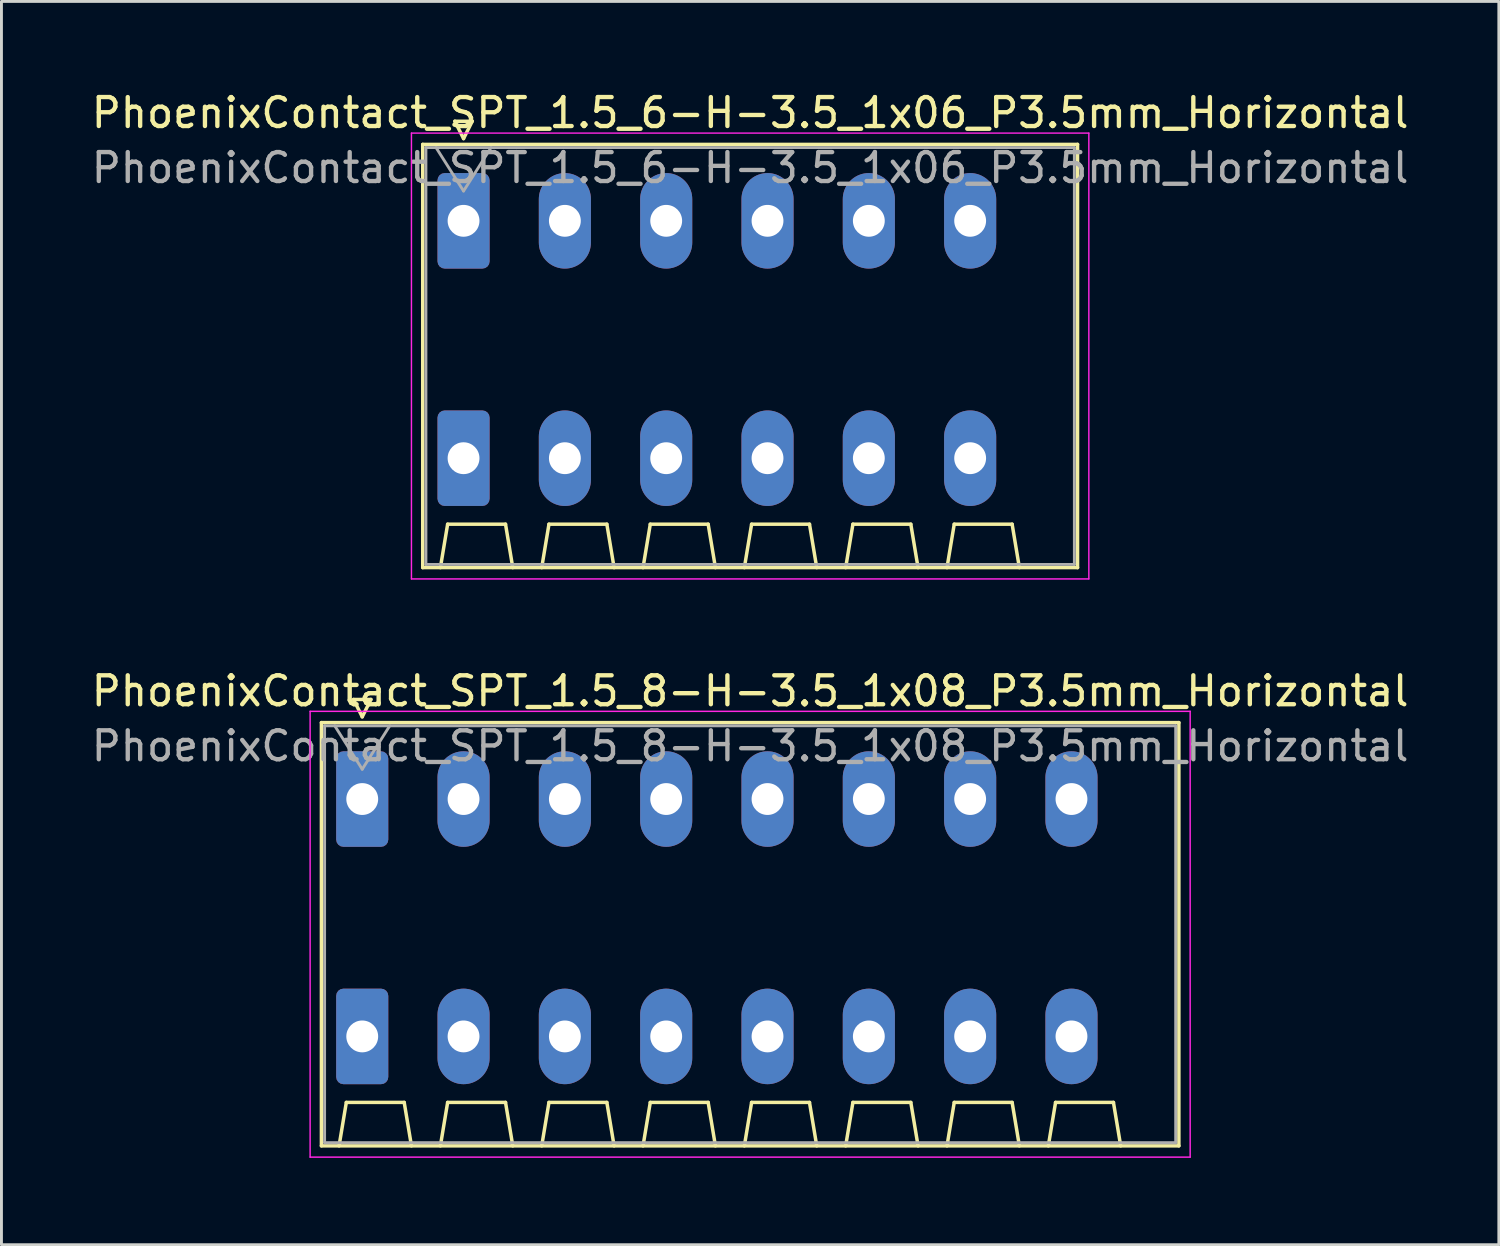
<source format=kicad_pcb>
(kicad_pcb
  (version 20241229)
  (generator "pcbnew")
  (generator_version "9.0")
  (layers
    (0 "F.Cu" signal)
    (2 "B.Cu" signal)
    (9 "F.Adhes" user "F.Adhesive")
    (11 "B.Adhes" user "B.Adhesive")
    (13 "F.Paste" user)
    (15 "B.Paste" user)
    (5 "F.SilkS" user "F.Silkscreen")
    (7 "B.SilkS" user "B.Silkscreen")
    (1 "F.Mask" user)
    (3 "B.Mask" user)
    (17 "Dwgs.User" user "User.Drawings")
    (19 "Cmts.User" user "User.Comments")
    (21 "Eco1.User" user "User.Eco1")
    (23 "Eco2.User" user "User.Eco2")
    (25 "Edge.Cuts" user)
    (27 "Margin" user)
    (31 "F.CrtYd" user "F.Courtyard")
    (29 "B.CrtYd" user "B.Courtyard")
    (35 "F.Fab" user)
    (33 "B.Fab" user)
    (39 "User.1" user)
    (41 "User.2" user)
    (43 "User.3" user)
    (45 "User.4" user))
  (footprint "PhoenixContact_SPT_1.5_8-H-3.5_1x08_P3.5mm_Horizontal"
    (layer "F.Cu")
    (at 9.463 24.552)
    (property "Reference" "PhoenixContact_SPT_1.5_8-H-3.5_1x08_P3.5mm_Horizontal" (at 13.4 -3.73 0) (layer "F.SilkS") (effects (font (size 1 1) (thickness 0.15))))
    (attr through_hole)
    (fp_line (start -1.41 -2.64) (end 28.21 -2.64) (stroke (width 0.12) (type solid)) (layer "F.SilkS"))
    (fp_line (start -1.41 11.98) (end -1.41 -2.64) (stroke (width 0.12) (type solid)) (layer "F.SilkS"))
    (fp_line (start -0.8 11.98) (end -0.55 10.48) (stroke (width 0.12) (type solid)) (layer "F.SilkS"))
    (fp_line (start -0.55 10.48) (end 1.45 10.48) (stroke (width 0.12) (type solid)) (layer "F.SilkS"))
    (fp_line (start -0.3 -3.44) (end 0 -2.84) (stroke (width 0.12) (type solid)) (layer "F.SilkS"))
    (fp_line (start -0.3 -3.44) (end 0.3 -3.44) (stroke (width 0.12) (type solid)) (layer "F.SilkS"))
    (fp_line (start 0.3 -3.44) (end 0 -2.84) (stroke (width 0.12) (type solid)) (layer "F.SilkS"))
    (fp_line (start 1.7 11.98) (end 1.45 10.48) (stroke (width 0.12) (type solid)) (layer "F.SilkS"))
    (fp_line (start 2.7 11.98) (end 2.95 10.48) (stroke (width 0.12) (type solid)) (layer "F.SilkS"))
    (fp_line (start 2.95 10.48) (end 4.95 10.48) (stroke (width 0.12) (type solid)) (layer "F.SilkS"))
    (fp_line (start 5.2 11.98) (end 4.95 10.48) (stroke (width 0.12) (type solid)) (layer "F.SilkS"))
    (fp_line (start 6.2 11.98) (end 6.45 10.48) (stroke (width 0.12) (type solid)) (layer "F.SilkS"))
    (fp_line (start 6.45 10.48) (end 8.45 10.48) (stroke (width 0.12) (type solid)) (layer "F.SilkS"))
    (fp_line (start 8.7 11.98) (end 8.45 10.48) (stroke (width 0.12) (type solid)) (layer "F.SilkS"))
    (fp_line (start 9.7 11.98) (end 9.95 10.48) (stroke (width 0.12) (type solid)) (layer "F.SilkS"))
    (fp_line (start 9.95 10.48) (end 11.95 10.48) (stroke (width 0.12) (type solid)) (layer "F.SilkS"))
    (fp_line (start 12.2 11.98) (end 11.95 10.48) (stroke (width 0.12) (type solid)) (layer "F.SilkS"))
    (fp_line (start 13.2 11.98) (end 13.45 10.48) (stroke (width 0.12) (type solid)) (layer "F.SilkS"))
    (fp_line (start 13.45 10.48) (end 15.45 10.48) (stroke (width 0.12) (type solid)) (layer "F.SilkS"))
    (fp_line (start 15.7 11.98) (end 15.45 10.48) (stroke (width 0.12) (type solid)) (layer "F.SilkS"))
    (fp_line (start 16.7 11.98) (end 16.95 10.48) (stroke (width 0.12) (type solid)) (layer "F.SilkS"))
    (fp_line (start 16.95 10.48) (end 18.95 10.48) (stroke (width 0.12) (type solid)) (layer "F.SilkS"))
    (fp_line (start 19.2 11.98) (end 18.95 10.48) (stroke (width 0.12) (type solid)) (layer "F.SilkS"))
    (fp_line (start 20.2 11.98) (end 20.45 10.48) (stroke (width 0.12) (type solid)) (layer "F.SilkS"))
    (fp_line (start 20.45 10.48) (end 22.45 10.48) (stroke (width 0.12) (type solid)) (layer "F.SilkS"))
    (fp_line (start 22.7 11.98) (end 22.45 10.48) (stroke (width 0.12) (type solid)) (layer "F.SilkS"))
    (fp_line (start 23.7 11.98) (end 23.95 10.48) (stroke (width 0.12) (type solid)) (layer "F.SilkS"))
    (fp_line (start 23.95 10.48) (end 25.95 10.48) (stroke (width 0.12) (type solid)) (layer "F.SilkS"))
    (fp_line (start 26.2 11.98) (end 25.95 10.48) (stroke (width 0.12) (type solid)) (layer "F.SilkS"))
    (fp_line (start 28.21 -2.64) (end 28.21 11.98) (stroke (width 0.12) (type solid)) (layer "F.SilkS"))
    (fp_line (start 28.21 11.98) (end -1.41 11.98) (stroke (width 0.12) (type solid)) (layer "F.SilkS"))
    (fp_line (start -1.8 -3.03) (end -1.8 12.37) (stroke (width 0.05) (type solid)) (layer "F.CrtYd"))
    (fp_line (start -1.8 12.37) (end 28.6 12.37) (stroke (width 0.05) (type solid)) (layer "F.CrtYd"))
    (fp_line (start 28.6 -3.03) (end -1.8 -3.03) (stroke (width 0.05) (type solid)) (layer "F.CrtYd"))
    (fp_line (start 28.6 12.37) (end 28.6 -3.03) (stroke (width 0.05) (type solid)) (layer "F.CrtYd"))
    (fp_line (start -1.3 -2.53) (end -1.3 11.87) (stroke (width 0.1) (type solid)) (layer "F.Fab"))
    (fp_line (start -1.3 11.87) (end 28.1 11.87) (stroke (width 0.1) (type solid)) (layer "F.Fab"))
    (fp_line (start -0.95 -2.53) (end 0 -1.03) (stroke (width 0.1) (type solid)) (layer "F.Fab"))
    (fp_line (start 0.95 -2.53) (end 0 -1.03) (stroke (width 0.1) (type solid)) (layer "F.Fab"))
    (fp_line (start 28.1 -2.53) (end -1.3 -2.53) (stroke (width 0.1) (type solid)) (layer "F.Fab"))
    (fp_line (start 28.1 11.87) (end 28.1 -2.53) (stroke (width 0.1) (type solid)) (layer "F.Fab"))
    (fp_text user "${REFERENCE}" (at 13.4 -1.83 0) (layer "F.Fab") (effects (font (size 1 1) (thickness 0.15))))
    (pad "1" thru_hole roundrect (at 0 0) (size 1.8 3.3) (drill 1.1) (layers "*.Cu" "*.Mask") (roundrect_rratio 0.139))
    (pad "1" thru_hole roundrect (at 0 8.2) (size 1.8 3.3) (drill 1.1) (layers "*.Cu" "*.Mask") (roundrect_rratio 0.139))
    (pad "2" thru_hole oval (at 3.5 0) (size 1.8 3.3) (drill 1.1) (layers "*.Cu" "*.Mask"))
    (pad "2" thru_hole oval (at 3.5 8.2) (size 1.8 3.3) (drill 1.1) (layers "*.Cu" "*.Mask"))
    (pad "3" thru_hole oval (at 7 0) (size 1.8 3.3) (drill 1.1) (layers "*.Cu" "*.Mask"))
    (pad "3" thru_hole oval (at 7 8.2) (size 1.8 3.3) (drill 1.1) (layers "*.Cu" "*.Mask"))
    (pad "4" thru_hole oval (at 10.5 0) (size 1.8 3.3) (drill 1.1) (layers "*.Cu" "*.Mask"))
    (pad "4" thru_hole oval (at 10.5 8.2) (size 1.8 3.3) (drill 1.1) (layers "*.Cu" "*.Mask"))
    (pad "5" thru_hole oval (at 14 0) (size 1.8 3.3) (drill 1.1) (layers "*.Cu" "*.Mask"))
    (pad "5" thru_hole oval (at 14 8.2) (size 1.8 3.3) (drill 1.1) (layers "*.Cu" "*.Mask"))
    (pad "6" thru_hole oval (at 17.5 0) (size 1.8 3.3) (drill 1.1) (layers "*.Cu" "*.Mask"))
    (pad "6" thru_hole oval (at 17.5 8.2) (size 1.8 3.3) (drill 1.1) (layers "*.Cu" "*.Mask"))
    (pad "7" thru_hole oval (at 21 0) (size 1.8 3.3) (drill 1.1) (layers "*.Cu" "*.Mask"))
    (pad "7" thru_hole oval (at 21 8.2) (size 1.8 3.3) (drill 1.1) (layers "*.Cu" "*.Mask"))
    (pad "8" thru_hole oval (at 24.5 0) (size 1.8 3.3) (drill 1.1) (layers "*.Cu" "*.Mask"))
    (pad "8" thru_hole oval (at 24.5 8.2) (size 1.8 3.3) (drill 1.1) (layers "*.Cu" "*.Mask")))
  (footprint "PhoenixContact_SPT_1.5_6-H-3.5_1x06_P3.5mm_Horizontal"
    (layer "F.Cu")
    (at 12.963 4.578)
    (property "Reference" "PhoenixContact_SPT_1.5_6-H-3.5_1x06_P3.5mm_Horizontal" (at 9.9 -3.73 0) (layer "F.SilkS") (effects (font (size 1 1) (thickness 0.15))))
    (attr through_hole)
    (fp_line (start -1.41 -2.64) (end 21.21 -2.64) (stroke (width 0.12) (type solid)) (layer "F.SilkS"))
    (fp_line (start -1.41 11.98) (end -1.41 -2.64) (stroke (width 0.12) (type solid)) (layer "F.SilkS"))
    (fp_line (start -0.8 11.98) (end -0.55 10.48) (stroke (width 0.12) (type solid)) (layer "F.SilkS"))
    (fp_line (start -0.55 10.48) (end 1.45 10.48) (stroke (width 0.12) (type solid)) (layer "F.SilkS"))
    (fp_line (start -0.3 -3.44) (end 0 -2.84) (stroke (width 0.12) (type solid)) (layer "F.SilkS"))
    (fp_line (start -0.3 -3.44) (end 0.3 -3.44) (stroke (width 0.12) (type solid)) (layer "F.SilkS"))
    (fp_line (start 0.3 -3.44) (end 0 -2.84) (stroke (width 0.12) (type solid)) (layer "F.SilkS"))
    (fp_line (start 1.7 11.98) (end 1.45 10.48) (stroke (width 0.12) (type solid)) (layer "F.SilkS"))
    (fp_line (start 2.7 11.98) (end 2.95 10.48) (stroke (width 0.12) (type solid)) (layer "F.SilkS"))
    (fp_line (start 2.95 10.48) (end 4.95 10.48) (stroke (width 0.12) (type solid)) (layer "F.SilkS"))
    (fp_line (start 5.2 11.98) (end 4.95 10.48) (stroke (width 0.12) (type solid)) (layer "F.SilkS"))
    (fp_line (start 6.2 11.98) (end 6.45 10.48) (stroke (width 0.12) (type solid)) (layer "F.SilkS"))
    (fp_line (start 6.45 10.48) (end 8.45 10.48) (stroke (width 0.12) (type solid)) (layer "F.SilkS"))
    (fp_line (start 8.7 11.98) (end 8.45 10.48) (stroke (width 0.12) (type solid)) (layer "F.SilkS"))
    (fp_line (start 9.7 11.98) (end 9.95 10.48) (stroke (width 0.12) (type solid)) (layer "F.SilkS"))
    (fp_line (start 9.95 10.48) (end 11.95 10.48) (stroke (width 0.12) (type solid)) (layer "F.SilkS"))
    (fp_line (start 12.2 11.98) (end 11.95 10.48) (stroke (width 0.12) (type solid)) (layer "F.SilkS"))
    (fp_line (start 13.2 11.98) (end 13.45 10.48) (stroke (width 0.12) (type solid)) (layer "F.SilkS"))
    (fp_line (start 13.45 10.48) (end 15.45 10.48) (stroke (width 0.12) (type solid)) (layer "F.SilkS"))
    (fp_line (start 15.7 11.98) (end 15.45 10.48) (stroke (width 0.12) (type solid)) (layer "F.SilkS"))
    (fp_line (start 16.7 11.98) (end 16.95 10.48) (stroke (width 0.12) (type solid)) (layer "F.SilkS"))
    (fp_line (start 16.95 10.48) (end 18.95 10.48) (stroke (width 0.12) (type solid)) (layer "F.SilkS"))
    (fp_line (start 19.2 11.98) (end 18.95 10.48) (stroke (width 0.12) (type solid)) (layer "F.SilkS"))
    (fp_line (start 21.21 -2.64) (end 21.21 11.98) (stroke (width 0.12) (type solid)) (layer "F.SilkS"))
    (fp_line (start 21.21 11.98) (end -1.41 11.98) (stroke (width 0.12) (type solid)) (layer "F.SilkS"))
    (fp_line (start -1.8 -3.03) (end -1.8 12.37) (stroke (width 0.05) (type solid)) (layer "F.CrtYd"))
    (fp_line (start -1.8 12.37) (end 21.6 12.37) (stroke (width 0.05) (type solid)) (layer "F.CrtYd"))
    (fp_line (start 21.6 -3.03) (end -1.8 -3.03) (stroke (width 0.05) (type solid)) (layer "F.CrtYd"))
    (fp_line (start 21.6 12.37) (end 21.6 -3.03) (stroke (width 0.05) (type solid)) (layer "F.CrtYd"))
    (fp_line (start -1.3 -2.53) (end -1.3 11.87) (stroke (width 0.1) (type solid)) (layer "F.Fab"))
    (fp_line (start -1.3 11.87) (end 21.1 11.87) (stroke (width 0.1) (type solid)) (layer "F.Fab"))
    (fp_line (start -0.95 -2.53) (end 0 -1.03) (stroke (width 0.1) (type solid)) (layer "F.Fab"))
    (fp_line (start 0.95 -2.53) (end 0 -1.03) (stroke (width 0.1) (type solid)) (layer "F.Fab"))
    (fp_line (start 21.1 -2.53) (end -1.3 -2.53) (stroke (width 0.1) (type solid)) (layer "F.Fab"))
    (fp_line (start 21.1 11.87) (end 21.1 -2.53) (stroke (width 0.1) (type solid)) (layer "F.Fab"))
    (fp_text user "${REFERENCE}" (at 9.9 -1.83 0) (layer "F.Fab") (effects (font (size 1 1) (thickness 0.15))))
    (pad "1" thru_hole roundrect (at 0 0) (size 1.8 3.3) (drill 1.1) (layers "*.Cu" "*.Mask") (roundrect_rratio 0.139))
    (pad "1" thru_hole roundrect (at 0 8.2) (size 1.8 3.3) (drill 1.1) (layers "*.Cu" "*.Mask") (roundrect_rratio 0.139))
    (pad "2" thru_hole oval (at 3.5 0) (size 1.8 3.3) (drill 1.1) (layers "*.Cu" "*.Mask"))
    (pad "2" thru_hole oval (at 3.5 8.2) (size 1.8 3.3) (drill 1.1) (layers "*.Cu" "*.Mask"))
    (pad "3" thru_hole oval (at 7 0) (size 1.8 3.3) (drill 1.1) (layers "*.Cu" "*.Mask"))
    (pad "3" thru_hole oval (at 7 8.2) (size 1.8 3.3) (drill 1.1) (layers "*.Cu" "*.Mask"))
    (pad "4" thru_hole oval (at 10.5 0) (size 1.8 3.3) (drill 1.1) (layers "*.Cu" "*.Mask"))
    (pad "4" thru_hole oval (at 10.5 8.2) (size 1.8 3.3) (drill 1.1) (layers "*.Cu" "*.Mask"))
    (pad "5" thru_hole oval (at 14 0) (size 1.8 3.3) (drill 1.1) (layers "*.Cu" "*.Mask"))
    (pad "5" thru_hole oval (at 14 8.2) (size 1.8 3.3) (drill 1.1) (layers "*.Cu" "*.Mask"))
    (pad "6" thru_hole oval (at 17.5 0) (size 1.8 3.3) (drill 1.1) (layers "*.Cu" "*.Mask"))
    (pad "6" thru_hole oval (at 17.5 8.2) (size 1.8 3.3) (drill 1.1) (layers "*.Cu" "*.Mask")))
  (gr_rect
    (start -3 -3)
    (end 48.726 39.947)
    (stroke (width 0.1) (type default))
    (fill no)
    (layer "Edge.Cuts")))
</source>
